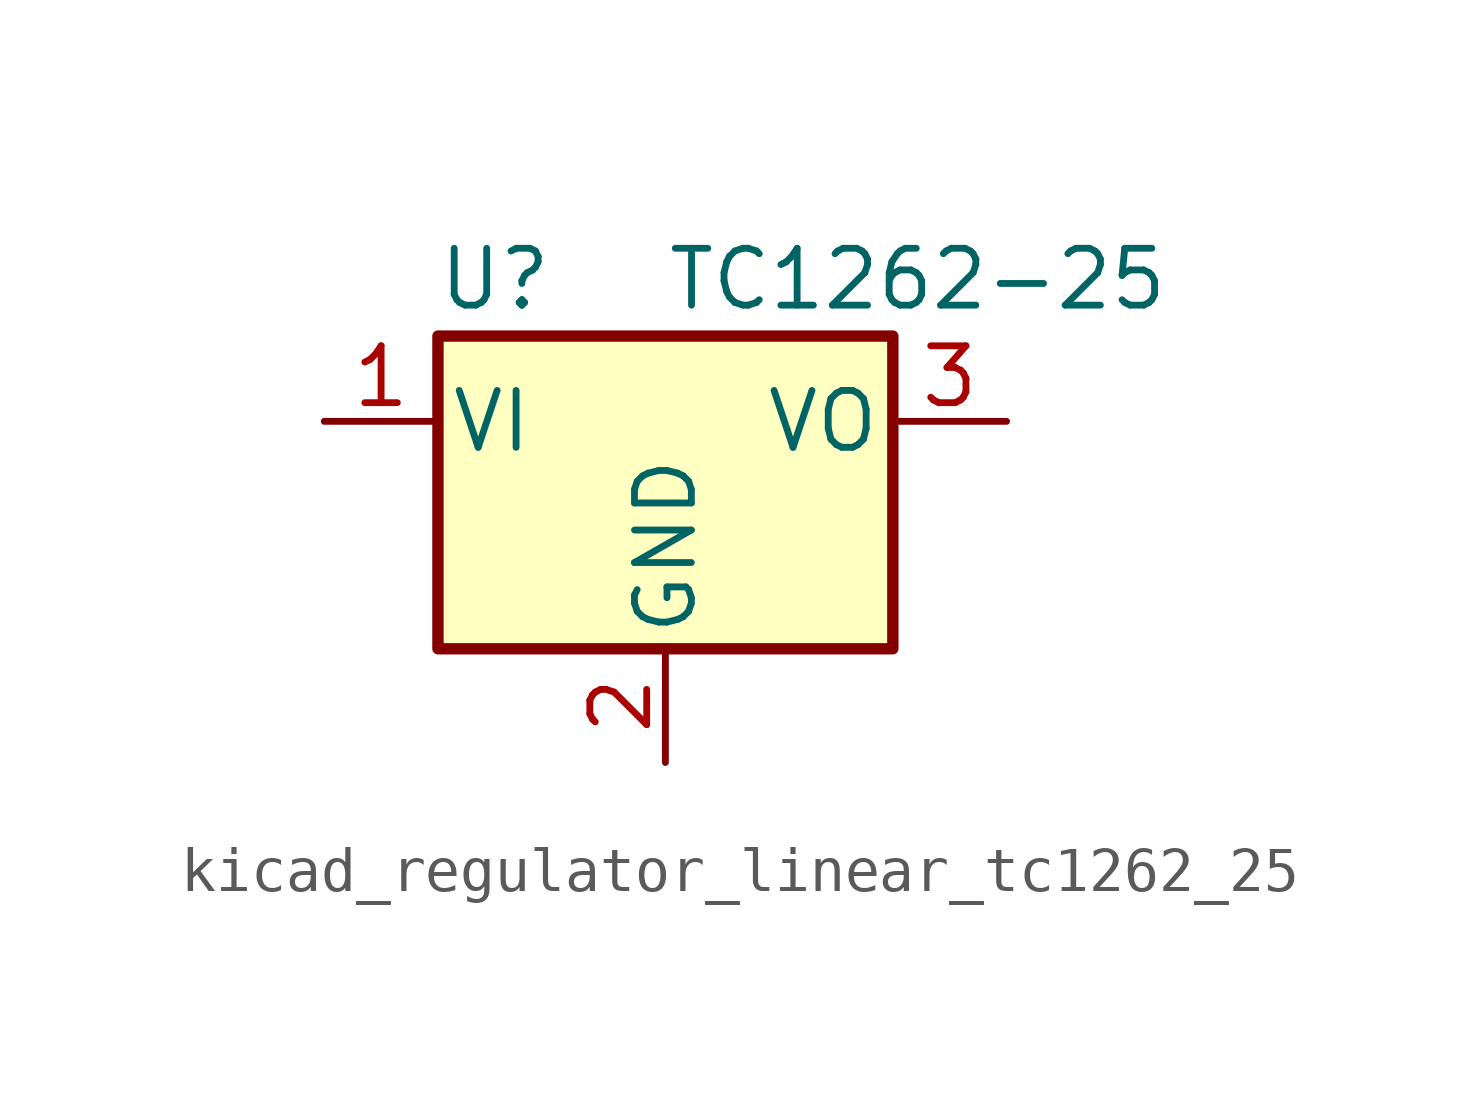
<source format=kicad_sym>
(kicad_symbol_lib
  (version 20220914)
  (generator kicad_symbol_editor)
  (symbol "kicad_regulator_linear_tc1262_25"
    (pin_names
      (offset 0.254))
    (property "Reference" "U"
      (at -3.81 3.175 0)
      (effects (font (size 1.27 1.27))))
    (property "Value" "TC1262-25"
      (at 0 3.175 0)
      (effects (font (size 1.27 1.27)) (justify left)))
    (symbol "kicad_regulator_linear_tc1262_25_1_1"
      (rectangle (start -5.08 1.905) (end 5.08 -5.08) (stroke (width 0.254) (type default)) (fill (type background)))
      (pin power_in line (at -7.62 0 0) (length 2.54) (name "VI" (effects (font (size 1.27 1.27)))) (number "1" (effects (font (size 1.27 1.27)))))
      (pin power_in line (at 0 -7.62 90) (length 2.54) (name "GND" (effects (font (size 1.27 1.27)))) (number "2" (effects (font (size 1.27 1.27)))))
      (pin power_out line (at 7.62 0 180) (length 2.54) (name "VO" (effects (font (size 1.27 1.27)))) (number "3" (effects (font (size 1.27 1.27))))))))
</source>
